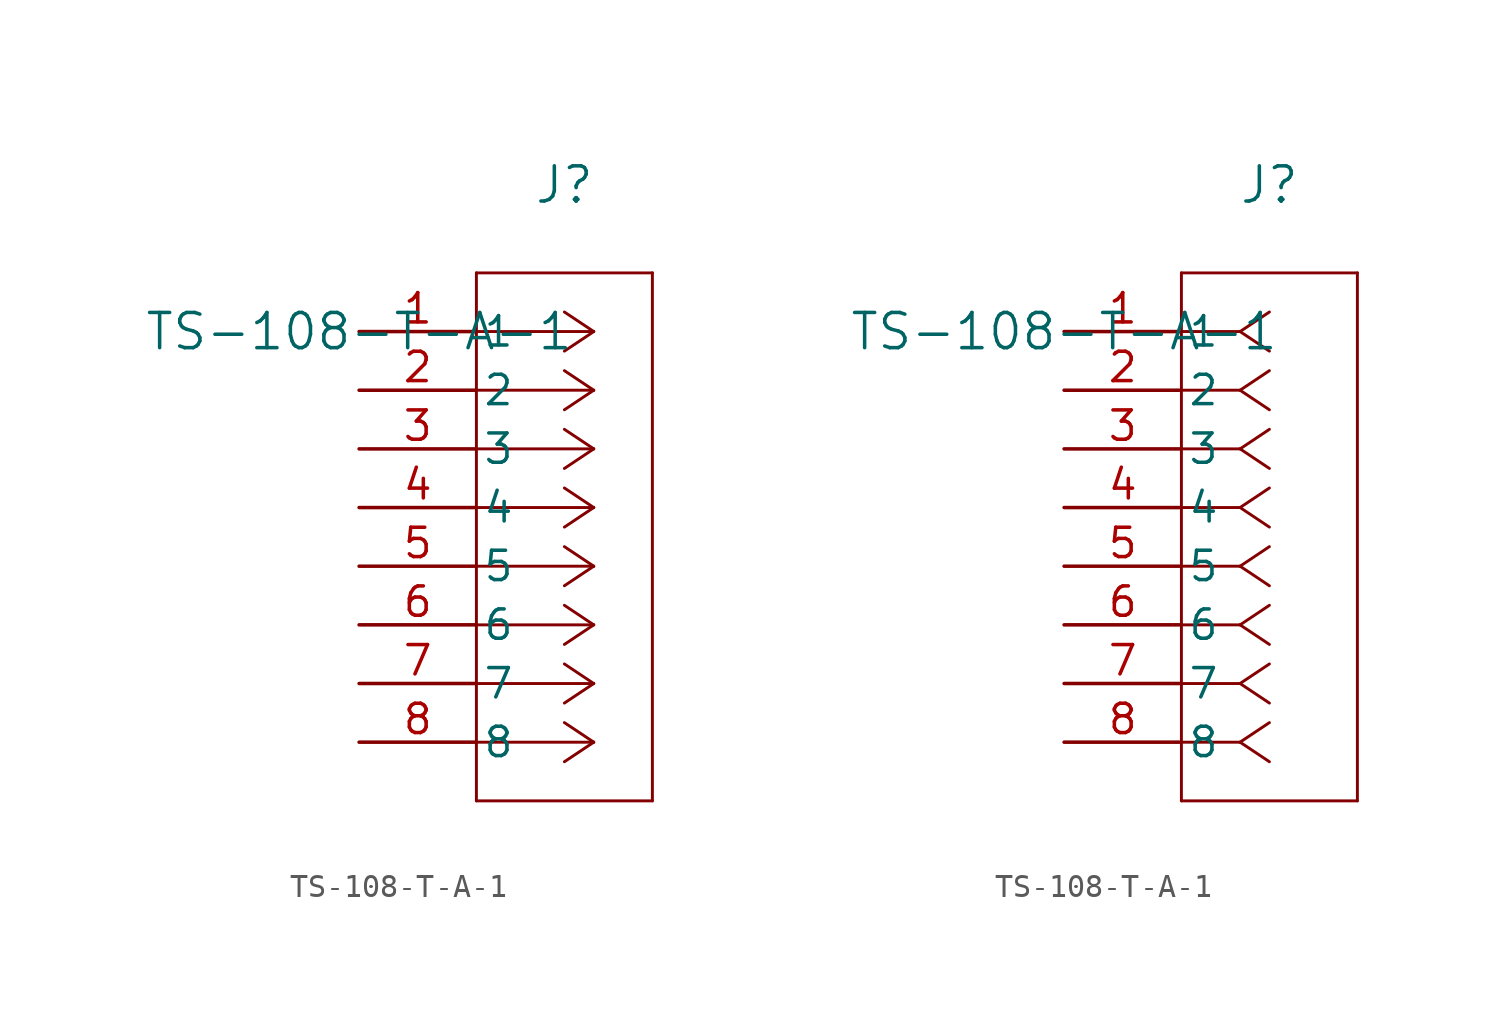
<source format=kicad_sym>
(kicad_symbol_lib
  (version 20211014)
  (generator kicad_symbol_editor)
  (symbol "TS-108-T-A-1"
    (pin_names
      (offset 0.254))
    (property "Reference" "J"
      (at 8.89 6.35 0)
      (effects (font (size 1.524 1.524))))
    (property "Value" "TS-108-T-A-1"
      (at 0 0 0)
      (effects (font (size 1.524 1.524))))
    (symbol "TS-108-T-A-1_1_1"
      (polyline (pts (xy 10.16 0) (xy 5.08 0)) (stroke (width 0.127) (type default) (color 0 0 0 0)) (fill (type none)))
      (polyline (pts (xy 10.16 -2.54) (xy 5.08 -2.54)) (stroke (width 0.127) (type default) (color 0 0 0 0)) (fill (type none)))
      (polyline (pts (xy 10.16 -5.08) (xy 5.08 -5.08)) (stroke (width 0.127) (type default) (color 0 0 0 0)) (fill (type none)))
      (polyline (pts (xy 10.16 -7.62) (xy 5.08 -7.62)) (stroke (width 0.127) (type default) (color 0 0 0 0)) (fill (type none)))
      (polyline (pts (xy 10.16 -10.16) (xy 5.08 -10.16)) (stroke (width 0.127) (type default) (color 0 0 0 0)) (fill (type none)))
      (polyline (pts (xy 10.16 -12.7) (xy 5.08 -12.7)) (stroke (width 0.127) (type default) (color 0 0 0 0)) (fill (type none)))
      (polyline (pts (xy 10.16 -15.24) (xy 5.08 -15.24)) (stroke (width 0.127) (type default) (color 0 0 0 0)) (fill (type none)))
      (polyline (pts (xy 10.16 -17.78) (xy 5.08 -17.78)) (stroke (width 0.127) (type default) (color 0 0 0 0)) (fill (type none)))
      (polyline (pts (xy 10.16 0) (xy 8.89 0.847)) (stroke (width 0.127) (type default) (color 0 0 0 0)) (fill (type none)))
      (polyline (pts (xy 10.16 -2.54) (xy 8.89 -1.693)) (stroke (width 0.127) (type default) (color 0 0 0 0)) (fill (type none)))
      (polyline (pts (xy 10.16 -5.08) (xy 8.89 -4.233)) (stroke (width 0.127) (type default) (color 0 0 0 0)) (fill (type none)))
      (polyline (pts (xy 10.16 -7.62) (xy 8.89 -6.773)) (stroke (width 0.127) (type default) (color 0 0 0 0)) (fill (type none)))
      (polyline (pts (xy 10.16 -10.16) (xy 8.89 -9.313)) (stroke (width 0.127) (type default) (color 0 0 0 0)) (fill (type none)))
      (polyline (pts (xy 10.16 -12.7) (xy 8.89 -11.853)) (stroke (width 0.127) (type default) (color 0 0 0 0)) (fill (type none)))
      (polyline (pts (xy 10.16 -15.24) (xy 8.89 -14.393)) (stroke (width 0.127) (type default) (color 0 0 0 0)) (fill (type none)))
      (polyline (pts (xy 10.16 -17.78) (xy 8.89 -16.933)) (stroke (width 0.127) (type default) (color 0 0 0 0)) (fill (type none)))
      (polyline (pts (xy 10.16 0) (xy 8.89 -0.847)) (stroke (width 0.127) (type default) (color 0 0 0 0)) (fill (type none)))
      (polyline (pts (xy 10.16 -2.54) (xy 8.89 -3.387)) (stroke (width 0.127) (type default) (color 0 0 0 0)) (fill (type none)))
      (polyline (pts (xy 10.16 -5.08) (xy 8.89 -5.927)) (stroke (width 0.127) (type default) (color 0 0 0 0)) (fill (type none)))
      (polyline (pts (xy 10.16 -7.62) (xy 8.89 -8.467)) (stroke (width 0.127) (type default) (color 0 0 0 0)) (fill (type none)))
      (polyline (pts (xy 10.16 -10.16) (xy 8.89 -11.007)) (stroke (width 0.127) (type default) (color 0 0 0 0)) (fill (type none)))
      (polyline (pts (xy 10.16 -12.7) (xy 8.89 -13.547)) (stroke (width 0.127) (type default) (color 0 0 0 0)) (fill (type none)))
      (polyline (pts (xy 10.16 -15.24) (xy 8.89 -16.087)) (stroke (width 0.127) (type default) (color 0 0 0 0)) (fill (type none)))
      (polyline (pts (xy 10.16 -17.78) (xy 8.89 -18.627)) (stroke (width 0.127) (type default) (color 0 0 0 0)) (fill (type none)))
      (polyline (pts (xy 5.08 2.54) (xy 5.08 -20.32)) (stroke (width 0.127) (type default) (color 0 0 0 0)) (fill (type none)))
      (polyline (pts (xy 5.08 -20.32) (xy 12.7 -20.32)) (stroke (width 0.127) (type default) (color 0 0 0 0)) (fill (type none)))
      (polyline (pts (xy 12.7 -20.32) (xy 12.7 2.54)) (stroke (width 0.127) (type default) (color 0 0 0 0)) (fill (type none)))
      (polyline (pts (xy 12.7 2.54) (xy 5.08 2.54)) (stroke (width 0.127) (type default) (color 0 0 0 0)) (fill (type none)))
      (pin unspecified line (at 0 0 0) (length 5.08) (name "1" (effects (font (size 1.27 1.27)))) (number "1" (effects (font (size 1.27 1.27)))))
      (pin unspecified line (at 0 -2.54 0) (length 5.08) (name "2" (effects (font (size 1.27 1.27)))) (number "2" (effects (font (size 1.27 1.27)))))
      (pin unspecified line (at 0 -5.08 0) (length 5.08) (name "3" (effects (font (size 1.27 1.27)))) (number "3" (effects (font (size 1.27 1.27)))))
      (pin unspecified line (at 0 -7.62 0) (length 5.08) (name "4" (effects (font (size 1.27 1.27)))) (number "4" (effects (font (size 1.27 1.27)))))
      (pin unspecified line (at 0 -10.16 0) (length 5.08) (name "5" (effects (font (size 1.27 1.27)))) (number "5" (effects (font (size 1.27 1.27)))))
      (pin unspecified line (at 0 -12.7 0) (length 5.08) (name "6" (effects (font (size 1.27 1.27)))) (number "6" (effects (font (size 1.27 1.27)))))
      (pin unspecified line (at 0 -15.24 0) (length 5.08) (name "7" (effects (font (size 1.27 1.27)))) (number "7" (effects (font (size 1.27 1.27)))))
      (pin unspecified line (at 0 -17.78 0) (length 5.08) (name "8" (effects (font (size 1.27 1.27)))) (number "8" (effects (font (size 1.27 1.27))))))
    (symbol "TS-108-T-A-1_1_2"
      (polyline (pts (xy 7.62 0) (xy 5.08 0)) (stroke (width 0.127) (type default) (color 0 0 0 0)) (fill (type none)))
      (polyline (pts (xy 7.62 -2.54) (xy 5.08 -2.54)) (stroke (width 0.127) (type default) (color 0 0 0 0)) (fill (type none)))
      (polyline (pts (xy 7.62 -5.08) (xy 5.08 -5.08)) (stroke (width 0.127) (type default) (color 0 0 0 0)) (fill (type none)))
      (polyline (pts (xy 7.62 -7.62) (xy 5.08 -7.62)) (stroke (width 0.127) (type default) (color 0 0 0 0)) (fill (type none)))
      (polyline (pts (xy 7.62 -10.16) (xy 5.08 -10.16)) (stroke (width 0.127) (type default) (color 0 0 0 0)) (fill (type none)))
      (polyline (pts (xy 7.62 -12.7) (xy 5.08 -12.7)) (stroke (width 0.127) (type default) (color 0 0 0 0)) (fill (type none)))
      (polyline (pts (xy 7.62 -15.24) (xy 5.08 -15.24)) (stroke (width 0.127) (type default) (color 0 0 0 0)) (fill (type none)))
      (polyline (pts (xy 7.62 -17.78) (xy 5.08 -17.78)) (stroke (width 0.127) (type default) (color 0 0 0 0)) (fill (type none)))
      (polyline (pts (xy 7.62 0) (xy 8.89 0.847)) (stroke (width 0.127) (type default) (color 0 0 0 0)) (fill (type none)))
      (polyline (pts (xy 7.62 -2.54) (xy 8.89 -1.693)) (stroke (width 0.127) (type default) (color 0 0 0 0)) (fill (type none)))
      (polyline (pts (xy 7.62 -5.08) (xy 8.89 -4.233)) (stroke (width 0.127) (type default) (color 0 0 0 0)) (fill (type none)))
      (polyline (pts (xy 7.62 -7.62) (xy 8.89 -6.773)) (stroke (width 0.127) (type default) (color 0 0 0 0)) (fill (type none)))
      (polyline (pts (xy 7.62 -10.16) (xy 8.89 -9.313)) (stroke (width 0.127) (type default) (color 0 0 0 0)) (fill (type none)))
      (polyline (pts (xy 7.62 -12.7) (xy 8.89 -11.853)) (stroke (width 0.127) (type default) (color 0 0 0 0)) (fill (type none)))
      (polyline (pts (xy 7.62 -15.24) (xy 8.89 -14.393)) (stroke (width 0.127) (type default) (color 0 0 0 0)) (fill (type none)))
      (polyline (pts (xy 7.62 -17.78) (xy 8.89 -16.933)) (stroke (width 0.127) (type default) (color 0 0 0 0)) (fill (type none)))
      (polyline (pts (xy 7.62 0) (xy 8.89 -0.847)) (stroke (width 0.127) (type default) (color 0 0 0 0)) (fill (type none)))
      (polyline (pts (xy 7.62 -2.54) (xy 8.89 -3.387)) (stroke (width 0.127) (type default) (color 0 0 0 0)) (fill (type none)))
      (polyline (pts (xy 7.62 -5.08) (xy 8.89 -5.927)) (stroke (width 0.127) (type default) (color 0 0 0 0)) (fill (type none)))
      (polyline (pts (xy 7.62 -7.62) (xy 8.89 -8.467)) (stroke (width 0.127) (type default) (color 0 0 0 0)) (fill (type none)))
      (polyline (pts (xy 7.62 -10.16) (xy 8.89 -11.007)) (stroke (width 0.127) (type default) (color 0 0 0 0)) (fill (type none)))
      (polyline (pts (xy 7.62 -12.7) (xy 8.89 -13.547)) (stroke (width 0.127) (type default) (color 0 0 0 0)) (fill (type none)))
      (polyline (pts (xy 7.62 -15.24) (xy 8.89 -16.087)) (stroke (width 0.127) (type default) (color 0 0 0 0)) (fill (type none)))
      (polyline (pts (xy 7.62 -17.78) (xy 8.89 -18.627)) (stroke (width 0.127) (type default) (color 0 0 0 0)) (fill (type none)))
      (polyline (pts (xy 5.08 2.54) (xy 5.08 -20.32)) (stroke (width 0.127) (type default) (color 0 0 0 0)) (fill (type none)))
      (polyline (pts (xy 5.08 -20.32) (xy 12.7 -20.32)) (stroke (width 0.127) (type default) (color 0 0 0 0)) (fill (type none)))
      (polyline (pts (xy 12.7 -20.32) (xy 12.7 2.54)) (stroke (width 0.127) (type default) (color 0 0 0 0)) (fill (type none)))
      (polyline (pts (xy 12.7 2.54) (xy 5.08 2.54)) (stroke (width 0.127) (type default) (color 0 0 0 0)) (fill (type none)))
      (pin unspecified line (at 0 0 0) (length 5.08) (name "1" (effects (font (size 1.27 1.27)))) (number "1" (effects (font (size 1.27 1.27)))))
      (pin unspecified line (at 0 -2.54 0) (length 5.08) (name "2" (effects (font (size 1.27 1.27)))) (number "2" (effects (font (size 1.27 1.27)))))
      (pin unspecified line (at 0 -5.08 0) (length 5.08) (name "3" (effects (font (size 1.27 1.27)))) (number "3" (effects (font (size 1.27 1.27)))))
      (pin unspecified line (at 0 -7.62 0) (length 5.08) (name "4" (effects (font (size 1.27 1.27)))) (number "4" (effects (font (size 1.27 1.27)))))
      (pin unspecified line (at 0 -10.16 0) (length 5.08) (name "5" (effects (font (size 1.27 1.27)))) (number "5" (effects (font (size 1.27 1.27)))))
      (pin unspecified line (at 0 -12.7 0) (length 5.08) (name "6" (effects (font (size 1.27 1.27)))) (number "6" (effects (font (size 1.27 1.27)))))
      (pin unspecified line (at 0 -15.24 0) (length 5.08) (name "7" (effects (font (size 1.27 1.27)))) (number "7" (effects (font (size 1.27 1.27)))))
      (pin unspecified line (at 0 -17.78 0) (length 5.08) (name "8" (effects (font (size 1.27 1.27)))) (number "8" (effects (font (size 1.27 1.27))))))))
</source>
